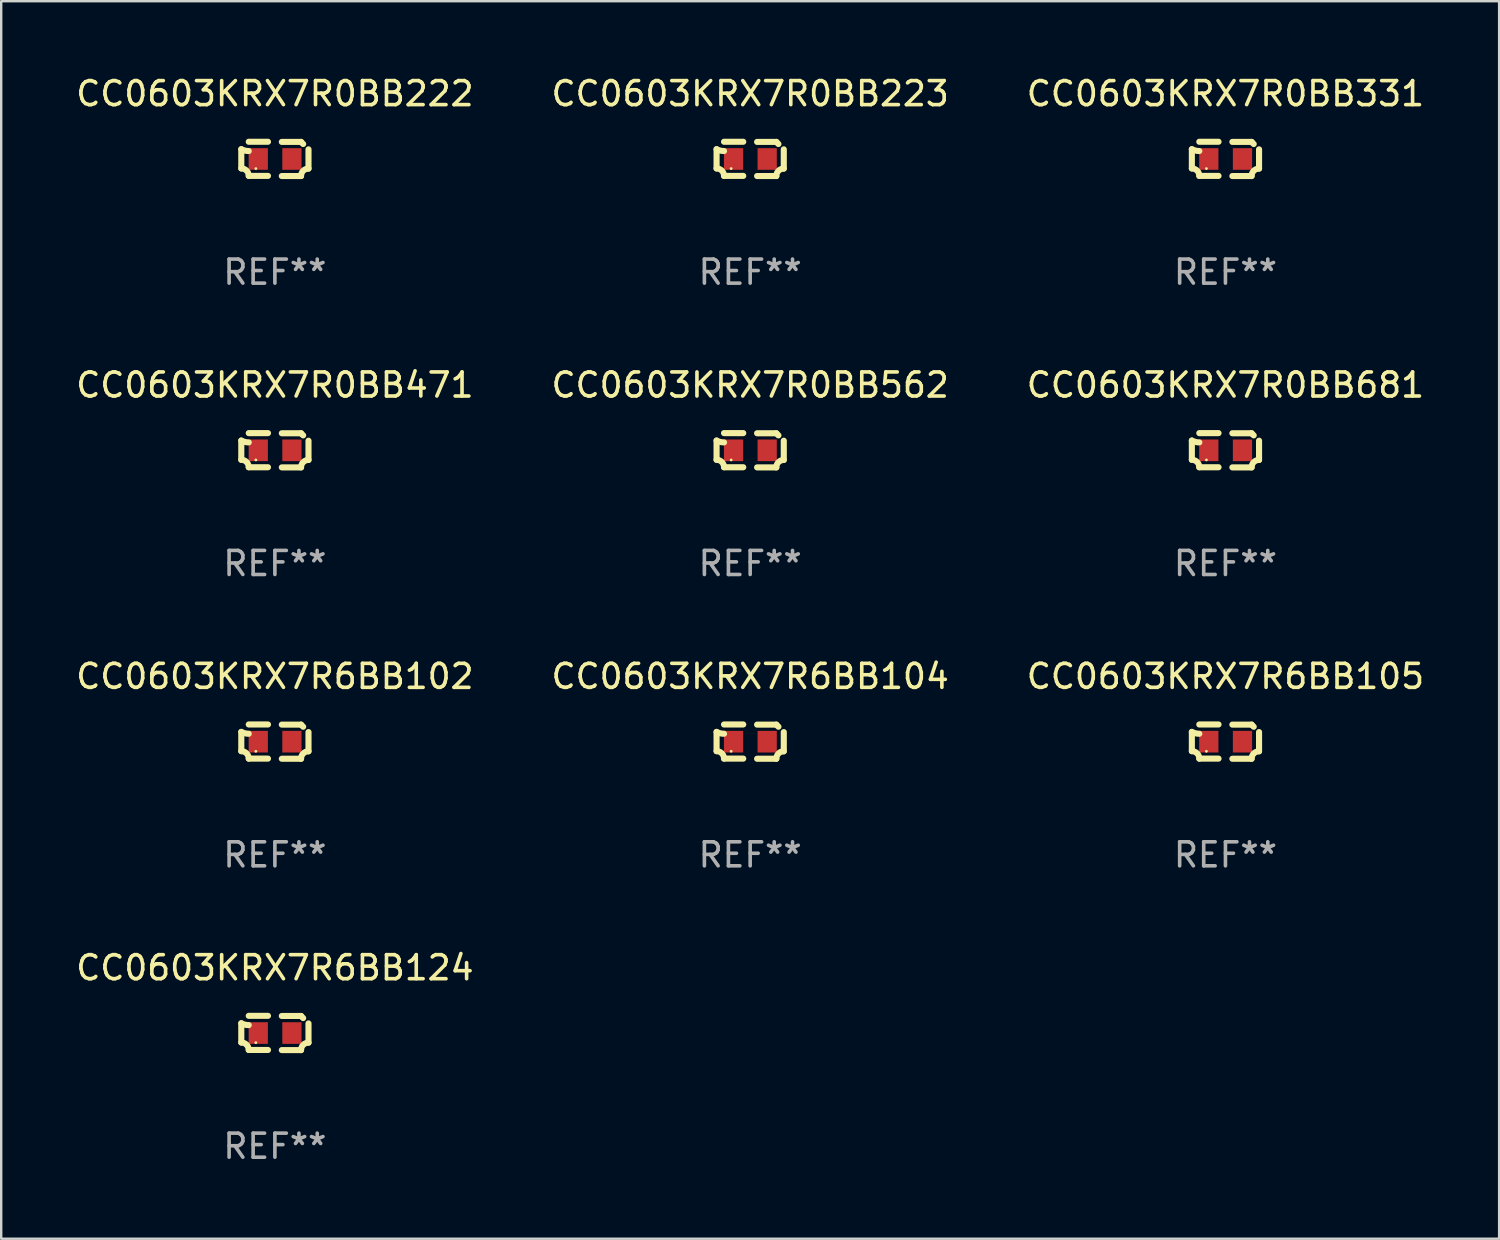
<source format=kicad_pcb>
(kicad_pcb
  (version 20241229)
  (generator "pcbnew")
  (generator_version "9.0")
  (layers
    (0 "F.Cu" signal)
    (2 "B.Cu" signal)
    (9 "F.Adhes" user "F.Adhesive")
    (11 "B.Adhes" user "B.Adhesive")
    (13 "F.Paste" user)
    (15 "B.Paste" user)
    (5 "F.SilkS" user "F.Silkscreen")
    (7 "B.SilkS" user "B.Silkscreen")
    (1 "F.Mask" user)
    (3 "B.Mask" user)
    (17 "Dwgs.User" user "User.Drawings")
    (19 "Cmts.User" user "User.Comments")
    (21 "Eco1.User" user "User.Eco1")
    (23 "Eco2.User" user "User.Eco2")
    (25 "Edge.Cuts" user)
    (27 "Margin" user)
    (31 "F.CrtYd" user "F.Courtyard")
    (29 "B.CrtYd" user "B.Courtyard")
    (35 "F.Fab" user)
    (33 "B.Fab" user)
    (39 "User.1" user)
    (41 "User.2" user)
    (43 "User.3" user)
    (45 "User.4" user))
  (footprint "CC0603KRX7R0BB222"
    (layer "F.Cu")
    (at 8.387 3.561)
    (property "Reference" "CC0603KRX7R0BB222" (at 0 -2.713 0) (layer "F.SilkS") (effects (font (size 1 1) (thickness 0.15))))
    (attr through_hole)
    (fp_line (start -1.398 -0.403) (end -1.398 0.397) (stroke (width 0.254) (type solid)) (layer "F.SilkS"))
    (fp_line (start -0.288 -0.713) (end -1.088 -0.713) (stroke (width 0.254) (type solid)) (layer "F.SilkS"))
    (fp_line (start -0.288 0.707) (end -1.088 0.707) (stroke (width 0.254) (type solid)) (layer "F.SilkS"))
    (fp_line (start 0.288 -0.707) (end 1.088 -0.707) (stroke (width 0.254) (type solid)) (layer "F.SilkS"))
    (fp_line (start 0.288 0.713) (end 1.088 0.713) (stroke (width 0.254) (type solid)) (layer "F.SilkS"))
    (fp_line (start 1.398 -0.397) (end 1.398 0.403) (stroke (width 0.254) (type solid)) (layer "F.SilkS"))
    (fp_arc (start -1.397789 0.397066) (mid -1.178701 0.487826) (end -1.08796 0.706922) (stroke (width 0.254001) (type solid)) (layer "F.SilkS"))
    (fp_arc (start -1.08796 -0.327176) (mid -1.247436 -0.346384) (end -1.39779 -0.402908) (stroke (width 0.254001) (type solid)) (layer "F.SilkS"))
    (fp_arc (start 1.087909 0.712738) (mid 1.178656 0.493655) (end 1.397739 0.402908) (stroke (width 0.254001) (type solid)) (layer "F.SilkS"))
    (fp_arc (start 1.175925 -0.618926) (mid 1.131917 -0.662923) (end 1.08791 -0.706922) (stroke (width 0.254001) (type solid)) (layer "F.SilkS"))
    (fp_circle (center -0.792 0.403) (end -0.762 0.403) (stroke (width 0.06) (type solid)) (fill no) (layer "F.SilkS"))
    (fp_text user "REF**" (at 0 4.713 0) (layer "F.Fab") (effects (font (size 1 1) (thickness 0.15))))
    (pad "1" smd rect (at -0.692 0.003) (size 0.8 0.9) (layers "F.Cu" "F.Mask" "F.Paste"))
    (pad "2" smd rect (at 0.708 0.003) (size 0.8 0.9) (layers "F.Cu" "F.Mask" "F.Paste")))
  (footprint "CC0603KRX7R6BB104"
    (layer "F.Cu")
    (at 28.161 27.805)
    (property "Reference" "CC0603KRX7R6BB104" (at 0 -2.713 0) (layer "F.SilkS") (effects (font (size 1 1) (thickness 0.15))))
    (attr through_hole)
    (fp_line (start -1.398 -0.403) (end -1.398 0.397) (stroke (width 0.254) (type solid)) (layer "F.SilkS"))
    (fp_line (start -0.288 -0.713) (end -1.088 -0.713) (stroke (width 0.254) (type solid)) (layer "F.SilkS"))
    (fp_line (start -0.288 0.707) (end -1.088 0.707) (stroke (width 0.254) (type solid)) (layer "F.SilkS"))
    (fp_line (start 0.288 -0.707) (end 1.088 -0.707) (stroke (width 0.254) (type solid)) (layer "F.SilkS"))
    (fp_line (start 0.288 0.713) (end 1.088 0.713) (stroke (width 0.254) (type solid)) (layer "F.SilkS"))
    (fp_line (start 1.398 -0.397) (end 1.398 0.403) (stroke (width 0.254) (type solid)) (layer "F.SilkS"))
    (fp_arc (start -1.397789 0.397066) (mid -1.178701 0.487826) (end -1.08796 0.706922) (stroke (width 0.254001) (type solid)) (layer "F.SilkS"))
    (fp_arc (start -1.08796 -0.327176) (mid -1.247436 -0.346384) (end -1.39779 -0.402908) (stroke (width 0.254001) (type solid)) (layer "F.SilkS"))
    (fp_arc (start 1.087909 0.712738) (mid 1.178656 0.493655) (end 1.397739 0.402908) (stroke (width 0.254001) (type solid)) (layer "F.SilkS"))
    (fp_arc (start 1.175925 -0.618926) (mid 1.131917 -0.662923) (end 1.08791 -0.706922) (stroke (width 0.254001) (type solid)) (layer "F.SilkS"))
    (fp_circle (center -0.792 0.403) (end -0.762 0.403) (stroke (width 0.06) (type solid)) (fill no) (layer "F.SilkS"))
    (fp_text user "REF**" (at 0 4.713 0) (layer "F.Fab") (effects (font (size 1 1) (thickness 0.15))))
    (pad "1" smd rect (at -0.692 0.003) (size 0.8 0.9) (layers "F.Cu" "F.Mask" "F.Paste"))
    (pad "2" smd rect (at 0.708 0.003) (size 0.8 0.9) (layers "F.Cu" "F.Mask" "F.Paste")))
  (footprint "CC0603KRX7R0BB681"
    (layer "F.Cu")
    (at 47.935 15.683)
    (property "Reference" "CC0603KRX7R0BB681" (at 0 -2.713 0) (layer "F.SilkS") (effects (font (size 1 1) (thickness 0.15))))
    (attr through_hole)
    (fp_line (start -1.398 -0.403) (end -1.398 0.397) (stroke (width 0.254) (type solid)) (layer "F.SilkS"))
    (fp_line (start -0.288 -0.713) (end -1.088 -0.713) (stroke (width 0.254) (type solid)) (layer "F.SilkS"))
    (fp_line (start -0.288 0.707) (end -1.088 0.707) (stroke (width 0.254) (type solid)) (layer "F.SilkS"))
    (fp_line (start 0.288 -0.707) (end 1.088 -0.707) (stroke (width 0.254) (type solid)) (layer "F.SilkS"))
    (fp_line (start 0.288 0.713) (end 1.088 0.713) (stroke (width 0.254) (type solid)) (layer "F.SilkS"))
    (fp_line (start 1.398 -0.397) (end 1.398 0.403) (stroke (width 0.254) (type solid)) (layer "F.SilkS"))
    (fp_arc (start -1.397789 0.397066) (mid -1.178701 0.487826) (end -1.08796 0.706922) (stroke (width 0.254001) (type solid)) (layer "F.SilkS"))
    (fp_arc (start -1.08796 -0.327176) (mid -1.247436 -0.346384) (end -1.39779 -0.402908) (stroke (width 0.254001) (type solid)) (layer "F.SilkS"))
    (fp_arc (start 1.087909 0.712738) (mid 1.178656 0.493655) (end 1.397739 0.402908) (stroke (width 0.254001) (type solid)) (layer "F.SilkS"))
    (fp_arc (start 1.175925 -0.618926) (mid 1.131917 -0.662923) (end 1.08791 -0.706922) (stroke (width 0.254001) (type solid)) (layer "F.SilkS"))
    (fp_circle (center -0.792 0.403) (end -0.762 0.403) (stroke (width 0.06) (type solid)) (fill no) (layer "F.SilkS"))
    (fp_text user "REF**" (at 0 4.713 0) (layer "F.Fab") (effects (font (size 1 1) (thickness 0.15))))
    (pad "1" smd rect (at -0.692 0.003) (size 0.8 0.9) (layers "F.Cu" "F.Mask" "F.Paste"))
    (pad "2" smd rect (at 0.708 0.003) (size 0.8 0.9) (layers "F.Cu" "F.Mask" "F.Paste")))
  (footprint "CC0603KRX7R6BB102"
    (layer "F.Cu")
    (at 8.387 27.805)
    (property "Reference" "CC0603KRX7R6BB102" (at 0 -2.713 0) (layer "F.SilkS") (effects (font (size 1 1) (thickness 0.15))))
    (attr through_hole)
    (fp_line (start -1.398 -0.403) (end -1.398 0.397) (stroke (width 0.254) (type solid)) (layer "F.SilkS"))
    (fp_line (start -0.288 -0.713) (end -1.088 -0.713) (stroke (width 0.254) (type solid)) (layer "F.SilkS"))
    (fp_line (start -0.288 0.707) (end -1.088 0.707) (stroke (width 0.254) (type solid)) (layer "F.SilkS"))
    (fp_line (start 0.288 -0.707) (end 1.088 -0.707) (stroke (width 0.254) (type solid)) (layer "F.SilkS"))
    (fp_line (start 0.288 0.713) (end 1.088 0.713) (stroke (width 0.254) (type solid)) (layer "F.SilkS"))
    (fp_line (start 1.398 -0.397) (end 1.398 0.403) (stroke (width 0.254) (type solid)) (layer "F.SilkS"))
    (fp_arc (start -1.397789 0.397066) (mid -1.178701 0.487826) (end -1.08796 0.706922) (stroke (width 0.254001) (type solid)) (layer "F.SilkS"))
    (fp_arc (start -1.08796 -0.327176) (mid -1.247436 -0.346384) (end -1.39779 -0.402908) (stroke (width 0.254001) (type solid)) (layer "F.SilkS"))
    (fp_arc (start 1.087909 0.712738) (mid 1.178656 0.493655) (end 1.397739 0.402908) (stroke (width 0.254001) (type solid)) (layer "F.SilkS"))
    (fp_arc (start 1.175925 -0.618926) (mid 1.131917 -0.662923) (end 1.08791 -0.706922) (stroke (width 0.254001) (type solid)) (layer "F.SilkS"))
    (fp_circle (center -0.792 0.403) (end -0.762 0.403) (stroke (width 0.06) (type solid)) (fill no) (layer "F.SilkS"))
    (fp_text user "REF**" (at 0 4.713 0) (layer "F.Fab") (effects (font (size 1 1) (thickness 0.15))))
    (pad "1" smd rect (at -0.692 0.003) (size 0.8 0.9) (layers "F.Cu" "F.Mask" "F.Paste"))
    (pad "2" smd rect (at 0.708 0.003) (size 0.8 0.9) (layers "F.Cu" "F.Mask" "F.Paste")))
  (footprint "CC0603KRX7R0BB471"
    (layer "F.Cu")
    (at 8.387 15.683)
    (property "Reference" "CC0603KRX7R0BB471" (at 0 -2.713 0) (layer "F.SilkS") (effects (font (size 1 1) (thickness 0.15))))
    (attr through_hole)
    (fp_line (start -1.398 -0.403) (end -1.398 0.397) (stroke (width 0.254) (type solid)) (layer "F.SilkS"))
    (fp_line (start -0.288 -0.713) (end -1.088 -0.713) (stroke (width 0.254) (type solid)) (layer "F.SilkS"))
    (fp_line (start -0.288 0.707) (end -1.088 0.707) (stroke (width 0.254) (type solid)) (layer "F.SilkS"))
    (fp_line (start 0.288 -0.707) (end 1.088 -0.707) (stroke (width 0.254) (type solid)) (layer "F.SilkS"))
    (fp_line (start 0.288 0.713) (end 1.088 0.713) (stroke (width 0.254) (type solid)) (layer "F.SilkS"))
    (fp_line (start 1.398 -0.397) (end 1.398 0.403) (stroke (width 0.254) (type solid)) (layer "F.SilkS"))
    (fp_arc (start -1.397789 0.397066) (mid -1.178701 0.487826) (end -1.08796 0.706922) (stroke (width 0.254001) (type solid)) (layer "F.SilkS"))
    (fp_arc (start -1.08796 -0.327176) (mid -1.247436 -0.346384) (end -1.39779 -0.402908) (stroke (width 0.254001) (type solid)) (layer "F.SilkS"))
    (fp_arc (start 1.087909 0.712738) (mid 1.178656 0.493655) (end 1.397739 0.402908) (stroke (width 0.254001) (type solid)) (layer "F.SilkS"))
    (fp_arc (start 1.175925 -0.618926) (mid 1.131917 -0.662923) (end 1.08791 -0.706922) (stroke (width 0.254001) (type solid)) (layer "F.SilkS"))
    (fp_circle (center -0.792 0.403) (end -0.762 0.403) (stroke (width 0.06) (type solid)) (fill no) (layer "F.SilkS"))
    (fp_text user "REF**" (at 0 4.713 0) (layer "F.Fab") (effects (font (size 1 1) (thickness 0.15))))
    (pad "1" smd rect (at -0.692 0.003) (size 0.8 0.9) (layers "F.Cu" "F.Mask" "F.Paste"))
    (pad "2" smd rect (at 0.708 0.003) (size 0.8 0.9) (layers "F.Cu" "F.Mask" "F.Paste")))
  (footprint "CC0603KRX7R6BB105"
    (layer "F.Cu")
    (at 47.935 27.805)
    (property "Reference" "CC0603KRX7R6BB105" (at 0 -2.713 0) (layer "F.SilkS") (effects (font (size 1 1) (thickness 0.15))))
    (attr through_hole)
    (fp_line (start -1.398 -0.403) (end -1.398 0.397) (stroke (width 0.254) (type solid)) (layer "F.SilkS"))
    (fp_line (start -0.288 -0.713) (end -1.088 -0.713) (stroke (width 0.254) (type solid)) (layer "F.SilkS"))
    (fp_line (start -0.288 0.707) (end -1.088 0.707) (stroke (width 0.254) (type solid)) (layer "F.SilkS"))
    (fp_line (start 0.288 -0.707) (end 1.088 -0.707) (stroke (width 0.254) (type solid)) (layer "F.SilkS"))
    (fp_line (start 0.288 0.713) (end 1.088 0.713) (stroke (width 0.254) (type solid)) (layer "F.SilkS"))
    (fp_line (start 1.398 -0.397) (end 1.398 0.403) (stroke (width 0.254) (type solid)) (layer "F.SilkS"))
    (fp_arc (start -1.397789 0.397066) (mid -1.178701 0.487826) (end -1.08796 0.706922) (stroke (width 0.254001) (type solid)) (layer "F.SilkS"))
    (fp_arc (start -1.08796 -0.327176) (mid -1.247436 -0.346384) (end -1.39779 -0.402908) (stroke (width 0.254001) (type solid)) (layer "F.SilkS"))
    (fp_arc (start 1.087909 0.712738) (mid 1.178656 0.493655) (end 1.397739 0.402908) (stroke (width 0.254001) (type solid)) (layer "F.SilkS"))
    (fp_arc (start 1.175925 -0.618926) (mid 1.131917 -0.662923) (end 1.08791 -0.706922) (stroke (width 0.254001) (type solid)) (layer "F.SilkS"))
    (fp_circle (center -0.792 0.403) (end -0.762 0.403) (stroke (width 0.06) (type solid)) (fill no) (layer "F.SilkS"))
    (fp_text user "REF**" (at 0 4.713 0) (layer "F.Fab") (effects (font (size 1 1) (thickness 0.15))))
    (pad "1" smd rect (at -0.692 0.003) (size 0.8 0.9) (layers "F.Cu" "F.Mask" "F.Paste"))
    (pad "2" smd rect (at 0.708 0.003) (size 0.8 0.9) (layers "F.Cu" "F.Mask" "F.Paste")))
  (footprint "CC0603KRX7R0BB223"
    (layer "F.Cu")
    (at 28.161 3.561)
    (property "Reference" "CC0603KRX7R0BB223" (at 0 -2.713 0) (layer "F.SilkS") (effects (font (size 1 1) (thickness 0.15))))
    (attr through_hole)
    (fp_line (start -1.398 -0.403) (end -1.398 0.397) (stroke (width 0.254) (type solid)) (layer "F.SilkS"))
    (fp_line (start -0.288 -0.713) (end -1.088 -0.713) (stroke (width 0.254) (type solid)) (layer "F.SilkS"))
    (fp_line (start -0.288 0.707) (end -1.088 0.707) (stroke (width 0.254) (type solid)) (layer "F.SilkS"))
    (fp_line (start 0.288 -0.707) (end 1.088 -0.707) (stroke (width 0.254) (type solid)) (layer "F.SilkS"))
    (fp_line (start 0.288 0.713) (end 1.088 0.713) (stroke (width 0.254) (type solid)) (layer "F.SilkS"))
    (fp_line (start 1.398 -0.397) (end 1.398 0.403) (stroke (width 0.254) (type solid)) (layer "F.SilkS"))
    (fp_arc (start -1.397789 0.397066) (mid -1.178701 0.487826) (end -1.08796 0.706922) (stroke (width 0.254001) (type solid)) (layer "F.SilkS"))
    (fp_arc (start -1.08796 -0.327176) (mid -1.247436 -0.346384) (end -1.39779 -0.402908) (stroke (width 0.254001) (type solid)) (layer "F.SilkS"))
    (fp_arc (start 1.087909 0.712738) (mid 1.178656 0.493655) (end 1.397739 0.402908) (stroke (width 0.254001) (type solid)) (layer "F.SilkS"))
    (fp_arc (start 1.175925 -0.618926) (mid 1.131917 -0.662923) (end 1.08791 -0.706922) (stroke (width 0.254001) (type solid)) (layer "F.SilkS"))
    (fp_circle (center -0.792 0.403) (end -0.762 0.403) (stroke (width 0.06) (type solid)) (fill no) (layer "F.SilkS"))
    (fp_text user "REF**" (at 0 4.713 0) (layer "F.Fab") (effects (font (size 1 1) (thickness 0.15))))
    (pad "1" smd rect (at -0.692 0.003) (size 0.8 0.9) (layers "F.Cu" "F.Mask" "F.Paste"))
    (pad "2" smd rect (at 0.708 0.003) (size 0.8 0.9) (layers "F.Cu" "F.Mask" "F.Paste")))
  (footprint "CC0603KRX7R6BB124"
    (layer "F.Cu")
    (at 8.387 39.927)
    (property "Reference" "CC0603KRX7R6BB124" (at 0 -2.713 0) (layer "F.SilkS") (effects (font (size 1 1) (thickness 0.15))))
    (attr through_hole)
    (fp_line (start -1.398 -0.403) (end -1.398 0.397) (stroke (width 0.254) (type solid)) (layer "F.SilkS"))
    (fp_line (start -0.288 -0.713) (end -1.088 -0.713) (stroke (width 0.254) (type solid)) (layer "F.SilkS"))
    (fp_line (start -0.288 0.707) (end -1.088 0.707) (stroke (width 0.254) (type solid)) (layer "F.SilkS"))
    (fp_line (start 0.288 -0.707) (end 1.088 -0.707) (stroke (width 0.254) (type solid)) (layer "F.SilkS"))
    (fp_line (start 0.288 0.713) (end 1.088 0.713) (stroke (width 0.254) (type solid)) (layer "F.SilkS"))
    (fp_line (start 1.398 -0.397) (end 1.398 0.403) (stroke (width 0.254) (type solid)) (layer "F.SilkS"))
    (fp_arc (start -1.397789 0.397066) (mid -1.178701 0.487826) (end -1.08796 0.706922) (stroke (width 0.254001) (type solid)) (layer "F.SilkS"))
    (fp_arc (start -1.08796 -0.327176) (mid -1.247436 -0.346384) (end -1.39779 -0.402908) (stroke (width 0.254001) (type solid)) (layer "F.SilkS"))
    (fp_arc (start 1.087909 0.712738) (mid 1.178656 0.493655) (end 1.397739 0.402908) (stroke (width 0.254001) (type solid)) (layer "F.SilkS"))
    (fp_arc (start 1.175925 -0.618926) (mid 1.131917 -0.662923) (end 1.08791 -0.706922) (stroke (width 0.254001) (type solid)) (layer "F.SilkS"))
    (fp_circle (center -0.792 0.403) (end -0.762 0.403) (stroke (width 0.06) (type solid)) (fill no) (layer "F.SilkS"))
    (fp_text user "REF**" (at 0 4.713 0) (layer "F.Fab") (effects (font (size 1 1) (thickness 0.15))))
    (pad "1" smd rect (at -0.692 0.003) (size 0.8 0.9) (layers "F.Cu" "F.Mask" "F.Paste"))
    (pad "2" smd rect (at 0.708 0.003) (size 0.8 0.9) (layers "F.Cu" "F.Mask" "F.Paste")))
  (footprint "CC0603KRX7R0BB562"
    (layer "F.Cu")
    (at 28.161 15.683)
    (property "Reference" "CC0603KRX7R0BB562" (at 0 -2.713 0) (layer "F.SilkS") (effects (font (size 1 1) (thickness 0.15))))
    (attr through_hole)
    (fp_line (start -1.398 -0.403) (end -1.398 0.397) (stroke (width 0.254) (type solid)) (layer "F.SilkS"))
    (fp_line (start -0.288 -0.713) (end -1.088 -0.713) (stroke (width 0.254) (type solid)) (layer "F.SilkS"))
    (fp_line (start -0.288 0.707) (end -1.088 0.707) (stroke (width 0.254) (type solid)) (layer "F.SilkS"))
    (fp_line (start 0.288 -0.707) (end 1.088 -0.707) (stroke (width 0.254) (type solid)) (layer "F.SilkS"))
    (fp_line (start 0.288 0.713) (end 1.088 0.713) (stroke (width 0.254) (type solid)) (layer "F.SilkS"))
    (fp_line (start 1.398 -0.397) (end 1.398 0.403) (stroke (width 0.254) (type solid)) (layer "F.SilkS"))
    (fp_arc (start -1.397789 0.397066) (mid -1.178701 0.487826) (end -1.08796 0.706922) (stroke (width 0.254001) (type solid)) (layer "F.SilkS"))
    (fp_arc (start -1.08796 -0.327176) (mid -1.247436 -0.346384) (end -1.39779 -0.402908) (stroke (width 0.254001) (type solid)) (layer "F.SilkS"))
    (fp_arc (start 1.087909 0.712738) (mid 1.178656 0.493655) (end 1.397739 0.402908) (stroke (width 0.254001) (type solid)) (layer "F.SilkS"))
    (fp_arc (start 1.175925 -0.618926) (mid 1.131917 -0.662923) (end 1.08791 -0.706922) (stroke (width 0.254001) (type solid)) (layer "F.SilkS"))
    (fp_circle (center -0.792 0.403) (end -0.762 0.403) (stroke (width 0.06) (type solid)) (fill no) (layer "F.SilkS"))
    (fp_text user "REF**" (at 0 4.713 0) (layer "F.Fab") (effects (font (size 1 1) (thickness 0.15))))
    (pad "1" smd rect (at -0.692 0.003) (size 0.8 0.9) (layers "F.Cu" "F.Mask" "F.Paste"))
    (pad "2" smd rect (at 0.708 0.003) (size 0.8 0.9) (layers "F.Cu" "F.Mask" "F.Paste")))
  (footprint "CC0603KRX7R0BB331"
    (layer "F.Cu")
    (at 47.935 3.561)
    (property "Reference" "CC0603KRX7R0BB331" (at 0 -2.713 0) (layer "F.SilkS") (effects (font (size 1 1) (thickness 0.15))))
    (attr through_hole)
    (fp_line (start -1.398 -0.403) (end -1.398 0.397) (stroke (width 0.254) (type solid)) (layer "F.SilkS"))
    (fp_line (start -0.288 -0.713) (end -1.088 -0.713) (stroke (width 0.254) (type solid)) (layer "F.SilkS"))
    (fp_line (start -0.288 0.707) (end -1.088 0.707) (stroke (width 0.254) (type solid)) (layer "F.SilkS"))
    (fp_line (start 0.288 -0.707) (end 1.088 -0.707) (stroke (width 0.254) (type solid)) (layer "F.SilkS"))
    (fp_line (start 0.288 0.713) (end 1.088 0.713) (stroke (width 0.254) (type solid)) (layer "F.SilkS"))
    (fp_line (start 1.398 -0.397) (end 1.398 0.403) (stroke (width 0.254) (type solid)) (layer "F.SilkS"))
    (fp_arc (start -1.397789 0.397066) (mid -1.178701 0.487826) (end -1.08796 0.706922) (stroke (width 0.254001) (type solid)) (layer "F.SilkS"))
    (fp_arc (start -1.08796 -0.327176) (mid -1.247436 -0.346384) (end -1.39779 -0.402908) (stroke (width 0.254001) (type solid)) (layer "F.SilkS"))
    (fp_arc (start 1.087909 0.712738) (mid 1.178656 0.493655) (end 1.397739 0.402908) (stroke (width 0.254001) (type solid)) (layer "F.SilkS"))
    (fp_arc (start 1.175925 -0.618926) (mid 1.131917 -0.662923) (end 1.08791 -0.706922) (stroke (width 0.254001) (type solid)) (layer "F.SilkS"))
    (fp_circle (center -0.792 0.403) (end -0.762 0.403) (stroke (width 0.06) (type solid)) (fill no) (layer "F.SilkS"))
    (fp_text user "REF**" (at 0 4.713 0) (layer "F.Fab") (effects (font (size 1 1) (thickness 0.15))))
    (pad "1" smd rect (at -0.692 0.003) (size 0.8 0.9) (layers "F.Cu" "F.Mask" "F.Paste"))
    (pad "2" smd rect (at 0.708 0.003) (size 0.8 0.9) (layers "F.Cu" "F.Mask" "F.Paste")))
  (gr_rect
    (start -3 -3)
    (end 59.321 48.488)
    (stroke (width 0.1) (type default))
    (fill no)
    (layer "Edge.Cuts")))
</source>
